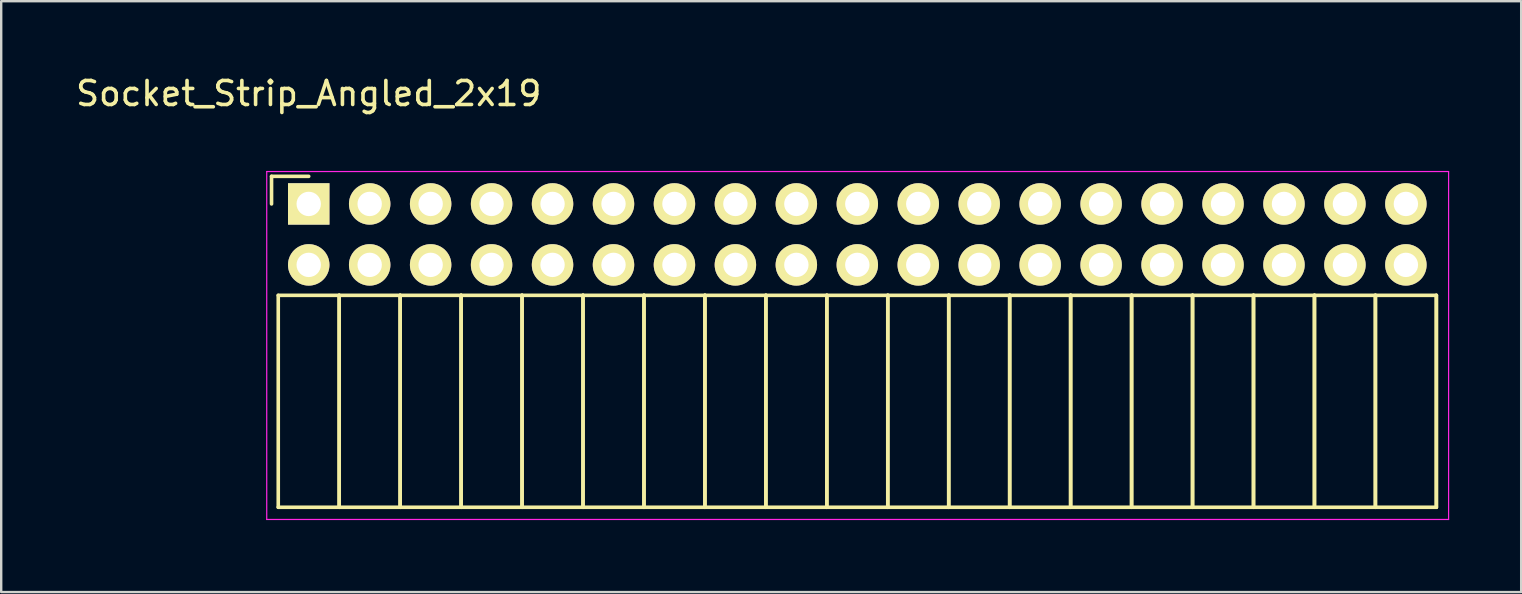
<source format=kicad_pcb>
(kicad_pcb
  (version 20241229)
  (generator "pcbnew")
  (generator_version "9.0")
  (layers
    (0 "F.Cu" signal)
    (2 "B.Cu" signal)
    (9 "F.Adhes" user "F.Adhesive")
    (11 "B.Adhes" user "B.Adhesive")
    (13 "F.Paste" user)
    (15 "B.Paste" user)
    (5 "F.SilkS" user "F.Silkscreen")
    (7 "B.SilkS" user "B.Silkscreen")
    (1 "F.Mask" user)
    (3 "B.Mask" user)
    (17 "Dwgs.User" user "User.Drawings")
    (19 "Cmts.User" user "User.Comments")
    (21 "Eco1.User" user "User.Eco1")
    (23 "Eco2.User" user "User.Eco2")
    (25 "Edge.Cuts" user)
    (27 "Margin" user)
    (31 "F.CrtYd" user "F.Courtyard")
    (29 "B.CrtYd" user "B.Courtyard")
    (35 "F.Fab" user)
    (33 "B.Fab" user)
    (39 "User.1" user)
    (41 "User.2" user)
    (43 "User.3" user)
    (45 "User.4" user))
  (footprint "Socket_Strip_Angled_2x19"
    (layer "F.Cu")
    (at 9.815 5.448)
    (property "Reference" "Socket_Strip_Angled_2x19" (at 0 -4.6 0) (layer "F.SilkS") (effects (font (size 1 1) (thickness 0.15))))
    (attr through_hole)
    (fp_line (start -1.55 -1.15) (end -1.55 0) (stroke (width 0.15) (type solid)) (layer "F.SilkS"))
    (fp_line (start -1.27 3.81) (end -1.27 12.64) (stroke (width 0.15) (type solid)) (layer "F.SilkS"))
    (fp_line (start -1.27 3.81) (end 1.27 3.81) (stroke (width 0.15) (type solid)) (layer "F.SilkS"))
    (fp_line (start -1.27 12.64) (end 1.27 12.64) (stroke (width 0.15) (type solid)) (layer "F.SilkS"))
    (fp_line (start 0 -1.15) (end -1.55 -1.15) (stroke (width 0.15) (type solid)) (layer "F.SilkS"))
    (fp_line (start 1.27 3.81) (end 1.27 12.64) (stroke (width 0.15) (type solid)) (layer "F.SilkS"))
    (fp_line (start 1.27 3.81) (end 3.81 3.81) (stroke (width 0.15) (type solid)) (layer "F.SilkS"))
    (fp_line (start 1.27 12.64) (end 1.27 3.81) (stroke (width 0.15) (type solid)) (layer "F.SilkS"))
    (fp_line (start 1.27 12.64) (end 3.81 12.64) (stroke (width 0.15) (type solid)) (layer "F.SilkS"))
    (fp_line (start 3.81 3.81) (end 3.81 12.64) (stroke (width 0.15) (type solid)) (layer "F.SilkS"))
    (fp_line (start 3.81 3.81) (end 6.35 3.81) (stroke (width 0.15) (type solid)) (layer "F.SilkS"))
    (fp_line (start 3.81 12.64) (end 3.81 3.81) (stroke (width 0.15) (type solid)) (layer "F.SilkS"))
    (fp_line (start 3.81 12.64) (end 6.35 12.64) (stroke (width 0.15) (type solid)) (layer "F.SilkS"))
    (fp_line (start 6.35 3.81) (end 6.35 12.64) (stroke (width 0.15) (type solid)) (layer "F.SilkS"))
    (fp_line (start 6.35 3.81) (end 8.89 3.81) (stroke (width 0.15) (type solid)) (layer "F.SilkS"))
    (fp_line (start 6.35 12.64) (end 6.35 3.81) (stroke (width 0.15) (type solid)) (layer "F.SilkS"))
    (fp_line (start 6.35 12.64) (end 8.89 12.64) (stroke (width 0.15) (type solid)) (layer "F.SilkS"))
    (fp_line (start 8.89 3.81) (end 8.89 12.64) (stroke (width 0.15) (type solid)) (layer "F.SilkS"))
    (fp_line (start 8.89 3.81) (end 11.43 3.81) (stroke (width 0.15) (type solid)) (layer "F.SilkS"))
    (fp_line (start 8.89 12.64) (end 8.89 3.81) (stroke (width 0.15) (type solid)) (layer "F.SilkS"))
    (fp_line (start 8.89 12.64) (end 11.43 12.64) (stroke (width 0.15) (type solid)) (layer "F.SilkS"))
    (fp_line (start 11.43 3.81) (end 11.43 12.64) (stroke (width 0.15) (type solid)) (layer "F.SilkS"))
    (fp_line (start 11.43 3.81) (end 13.97 3.81) (stroke (width 0.15) (type solid)) (layer "F.SilkS"))
    (fp_line (start 11.43 12.64) (end 11.43 3.81) (stroke (width 0.15) (type solid)) (layer "F.SilkS"))
    (fp_line (start 11.43 12.64) (end 13.97 12.64) (stroke (width 0.15) (type solid)) (layer "F.SilkS"))
    (fp_line (start 13.97 3.81) (end 13.97 12.64) (stroke (width 0.15) (type solid)) (layer "F.SilkS"))
    (fp_line (start 13.97 3.81) (end 16.51 3.81) (stroke (width 0.15) (type solid)) (layer "F.SilkS"))
    (fp_line (start 13.97 12.64) (end 13.97 3.81) (stroke (width 0.15) (type solid)) (layer "F.SilkS"))
    (fp_line (start 13.97 12.64) (end 16.51 12.64) (stroke (width 0.15) (type solid)) (layer "F.SilkS"))
    (fp_line (start 16.51 3.81) (end 16.51 12.64) (stroke (width 0.15) (type solid)) (layer "F.SilkS"))
    (fp_line (start 16.51 3.81) (end 19.05 3.81) (stroke (width 0.15) (type solid)) (layer "F.SilkS"))
    (fp_line (start 16.51 12.64) (end 16.51 3.81) (stroke (width 0.15) (type solid)) (layer "F.SilkS"))
    (fp_line (start 16.51 12.64) (end 19.05 12.64) (stroke (width 0.15) (type solid)) (layer "F.SilkS"))
    (fp_line (start 19.05 3.81) (end 19.05 12.64) (stroke (width 0.15) (type solid)) (layer "F.SilkS"))
    (fp_line (start 19.05 3.81) (end 21.59 3.81) (stroke (width 0.15) (type solid)) (layer "F.SilkS"))
    (fp_line (start 19.05 12.64) (end 19.05 3.81) (stroke (width 0.15) (type solid)) (layer "F.SilkS"))
    (fp_line (start 19.05 12.64) (end 21.59 12.64) (stroke (width 0.15) (type solid)) (layer "F.SilkS"))
    (fp_line (start 21.59 3.81) (end 21.59 12.64) (stroke (width 0.15) (type solid)) (layer "F.SilkS"))
    (fp_line (start 21.59 3.81) (end 24.13 3.81) (stroke (width 0.15) (type solid)) (layer "F.SilkS"))
    (fp_line (start 21.59 12.64) (end 21.59 3.81) (stroke (width 0.15) (type solid)) (layer "F.SilkS"))
    (fp_line (start 21.59 12.64) (end 24.13 12.64) (stroke (width 0.15) (type solid)) (layer "F.SilkS"))
    (fp_line (start 24.13 3.81) (end 24.13 12.64) (stroke (width 0.15) (type solid)) (layer "F.SilkS"))
    (fp_line (start 24.13 3.81) (end 26.67 3.81) (stroke (width 0.15) (type solid)) (layer "F.SilkS"))
    (fp_line (start 24.13 12.64) (end 24.13 3.81) (stroke (width 0.15) (type solid)) (layer "F.SilkS"))
    (fp_line (start 24.13 12.64) (end 26.67 12.64) (stroke (width 0.15) (type solid)) (layer "F.SilkS"))
    (fp_line (start 26.67 3.81) (end 26.67 12.64) (stroke (width 0.15) (type solid)) (layer "F.SilkS"))
    (fp_line (start 26.67 3.81) (end 29.21 3.81) (stroke (width 0.15) (type solid)) (layer "F.SilkS"))
    (fp_line (start 26.67 12.64) (end 26.67 3.81) (stroke (width 0.15) (type solid)) (layer "F.SilkS"))
    (fp_line (start 26.67 12.64) (end 29.21 12.64) (stroke (width 0.15) (type solid)) (layer "F.SilkS"))
    (fp_line (start 29.21 3.81) (end 29.21 12.64) (stroke (width 0.15) (type solid)) (layer "F.SilkS"))
    (fp_line (start 29.21 3.81) (end 31.75 3.81) (stroke (width 0.15) (type solid)) (layer "F.SilkS"))
    (fp_line (start 29.21 12.64) (end 29.21 3.81) (stroke (width 0.15) (type solid)) (layer "F.SilkS"))
    (fp_line (start 29.21 12.64) (end 31.75 12.64) (stroke (width 0.15) (type solid)) (layer "F.SilkS"))
    (fp_line (start 31.75 3.81) (end 31.75 12.64) (stroke (width 0.15) (type solid)) (layer "F.SilkS"))
    (fp_line (start 31.75 3.81) (end 34.29 3.81) (stroke (width 0.15) (type solid)) (layer "F.SilkS"))
    (fp_line (start 31.75 12.64) (end 31.75 3.81) (stroke (width 0.15) (type solid)) (layer "F.SilkS"))
    (fp_line (start 31.75 12.64) (end 34.29 12.64) (stroke (width 0.15) (type solid)) (layer "F.SilkS"))
    (fp_line (start 34.29 3.81) (end 34.29 12.64) (stroke (width 0.15) (type solid)) (layer "F.SilkS"))
    (fp_line (start 34.29 3.81) (end 36.83 3.81) (stroke (width 0.15) (type solid)) (layer "F.SilkS"))
    (fp_line (start 34.29 12.64) (end 34.29 3.81) (stroke (width 0.15) (type solid)) (layer "F.SilkS"))
    (fp_line (start 34.29 12.64) (end 36.83 12.64) (stroke (width 0.15) (type solid)) (layer "F.SilkS"))
    (fp_line (start 36.83 3.81) (end 36.83 12.64) (stroke (width 0.15) (type solid)) (layer "F.SilkS"))
    (fp_line (start 36.83 3.81) (end 39.37 3.81) (stroke (width 0.15) (type solid)) (layer "F.SilkS"))
    (fp_line (start 36.83 12.64) (end 36.83 3.81) (stroke (width 0.15) (type solid)) (layer "F.SilkS"))
    (fp_line (start 36.83 12.64) (end 39.37 12.64) (stroke (width 0.15) (type solid)) (layer "F.SilkS"))
    (fp_line (start 39.37 3.81) (end 39.37 12.64) (stroke (width 0.15) (type solid)) (layer "F.SilkS"))
    (fp_line (start 39.37 3.81) (end 41.91 3.81) (stroke (width 0.15) (type solid)) (layer "F.SilkS"))
    (fp_line (start 39.37 12.64) (end 39.37 3.81) (stroke (width 0.15) (type solid)) (layer "F.SilkS"))
    (fp_line (start 39.37 12.64) (end 41.91 12.64) (stroke (width 0.15) (type solid)) (layer "F.SilkS"))
    (fp_line (start 41.91 3.81) (end 41.91 12.64) (stroke (width 0.15) (type solid)) (layer "F.SilkS"))
    (fp_line (start 41.91 3.81) (end 44.45 3.81) (stroke (width 0.15) (type solid)) (layer "F.SilkS"))
    (fp_line (start 41.91 12.64) (end 41.91 3.81) (stroke (width 0.15) (type solid)) (layer "F.SilkS"))
    (fp_line (start 41.91 12.64) (end 44.45 12.64) (stroke (width 0.15) (type solid)) (layer "F.SilkS"))
    (fp_line (start 44.45 3.81) (end 44.45 12.64) (stroke (width 0.15) (type solid)) (layer "F.SilkS"))
    (fp_line (start 44.45 3.81) (end 46.99 3.81) (stroke (width 0.15) (type solid)) (layer "F.SilkS"))
    (fp_line (start 44.45 12.64) (end 44.45 3.81) (stroke (width 0.15) (type solid)) (layer "F.SilkS"))
    (fp_line (start 44.45 12.64) (end 46.99 12.64) (stroke (width 0.15) (type solid)) (layer "F.SilkS"))
    (fp_line (start 46.99 3.81) (end 46.99 12.64) (stroke (width 0.15) (type solid)) (layer "F.SilkS"))
    (fp_line (start 46.99 12.64) (end 46.99 3.81) (stroke (width 0.15) (type solid)) (layer "F.SilkS"))
    (fp_line (start -1.75 -1.35) (end -1.75 13.15) (stroke (width 0.05) (type solid)) (layer "F.CrtYd"))
    (fp_line (start -1.75 -1.35) (end 47.5 -1.35) (stroke (width 0.05) (type solid)) (layer "F.CrtYd"))
    (fp_line (start -1.75 13.15) (end 47.5 13.15) (stroke (width 0.05) (type solid)) (layer "F.CrtYd"))
    (fp_line (start 47.5 -1.35) (end 47.5 13.15) (stroke (width 0.05) (type solid)) (layer "F.CrtYd"))
    (pad "1" thru_hole rect (at 0 0) (size 1.727 1.727) (drill 1.016) (layers "*.Cu" "*.Mask" "F.SilkS"))
    (pad "2" thru_hole oval (at 0 2.54) (size 1.727 1.727) (drill 1.016) (layers "*.Cu" "*.Mask" "F.SilkS"))
    (pad "3" thru_hole oval (at 2.54 0) (size 1.727 1.727) (drill 1.016) (layers "*.Cu" "*.Mask" "F.SilkS"))
    (pad "4" thru_hole oval (at 2.54 2.54) (size 1.727 1.727) (drill 1.016) (layers "*.Cu" "*.Mask" "F.SilkS"))
    (pad "5" thru_hole oval (at 5.08 0) (size 1.727 1.727) (drill 1.016) (layers "*.Cu" "*.Mask" "F.SilkS"))
    (pad "6" thru_hole oval (at 5.08 2.54) (size 1.727 1.727) (drill 1.016) (layers "*.Cu" "*.Mask" "F.SilkS"))
    (pad "7" thru_hole oval (at 7.62 0) (size 1.727 1.727) (drill 1.016) (layers "*.Cu" "*.Mask" "F.SilkS"))
    (pad "8" thru_hole oval (at 7.62 2.54) (size 1.727 1.727) (drill 1.016) (layers "*.Cu" "*.Mask" "F.SilkS"))
    (pad "9" thru_hole oval (at 10.16 0) (size 1.727 1.727) (drill 1.016) (layers "*.Cu" "*.Mask" "F.SilkS"))
    (pad "10" thru_hole oval (at 10.16 2.54) (size 1.727 1.727) (drill 1.016) (layers "*.Cu" "*.Mask" "F.SilkS"))
    (pad "11" thru_hole oval (at 12.7 0) (size 1.727 1.727) (drill 1.016) (layers "*.Cu" "*.Mask" "F.SilkS"))
    (pad "12" thru_hole oval (at 12.7 2.54) (size 1.727 1.727) (drill 1.016) (layers "*.Cu" "*.Mask" "F.SilkS"))
    (pad "13" thru_hole oval (at 15.24 0) (size 1.727 1.727) (drill 1.016) (layers "*.Cu" "*.Mask" "F.SilkS"))
    (pad "14" thru_hole oval (at 15.24 2.54) (size 1.727 1.727) (drill 1.016) (layers "*.Cu" "*.Mask" "F.SilkS"))
    (pad "15" thru_hole oval (at 17.78 0) (size 1.727 1.727) (drill 1.016) (layers "*.Cu" "*.Mask" "F.SilkS"))
    (pad "16" thru_hole oval (at 17.78 2.54) (size 1.727 1.727) (drill 1.016) (layers "*.Cu" "*.Mask" "F.SilkS"))
    (pad "17" thru_hole oval (at 20.32 0) (size 1.727 1.727) (drill 1.016) (layers "*.Cu" "*.Mask" "F.SilkS"))
    (pad "18" thru_hole oval (at 20.32 2.54) (size 1.727 1.727) (drill 1.016) (layers "*.Cu" "*.Mask" "F.SilkS"))
    (pad "19" thru_hole oval (at 22.86 0) (size 1.727 1.727) (drill 1.016) (layers "*.Cu" "*.Mask" "F.SilkS"))
    (pad "20" thru_hole oval (at 22.86 2.54) (size 1.727 1.727) (drill 1.016) (layers "*.Cu" "*.Mask" "F.SilkS"))
    (pad "21" thru_hole oval (at 25.4 0) (size 1.727 1.727) (drill 1.016) (layers "*.Cu" "*.Mask" "F.SilkS"))
    (pad "22" thru_hole oval (at 25.4 2.54) (size 1.727 1.727) (drill 1.016) (layers "*.Cu" "*.Mask" "F.SilkS"))
    (pad "23" thru_hole oval (at 27.94 0) (size 1.727 1.727) (drill 1.016) (layers "*.Cu" "*.Mask" "F.SilkS"))
    (pad "24" thru_hole oval (at 27.94 2.54) (size 1.727 1.727) (drill 1.016) (layers "*.Cu" "*.Mask" "F.SilkS"))
    (pad "25" thru_hole oval (at 30.48 0) (size 1.727 1.727) (drill 1.016) (layers "*.Cu" "*.Mask" "F.SilkS"))
    (pad "26" thru_hole oval (at 30.48 2.54) (size 1.727 1.727) (drill 1.016) (layers "*.Cu" "*.Mask" "F.SilkS"))
    (pad "27" thru_hole oval (at 33.02 0) (size 1.727 1.727) (drill 1.016) (layers "*.Cu" "*.Mask" "F.SilkS"))
    (pad "28" thru_hole oval (at 33.02 2.54) (size 1.727 1.727) (drill 1.016) (layers "*.Cu" "*.Mask" "F.SilkS"))
    (pad "29" thru_hole oval (at 35.56 0) (size 1.727 1.727) (drill 1.016) (layers "*.Cu" "*.Mask" "F.SilkS"))
    (pad "30" thru_hole oval (at 35.56 2.54) (size 1.727 1.727) (drill 1.016) (layers "*.Cu" "*.Mask" "F.SilkS"))
    (pad "31" thru_hole oval (at 38.1 0) (size 1.727 1.727) (drill 1.016) (layers "*.Cu" "*.Mask" "F.SilkS"))
    (pad "32" thru_hole oval (at 38.1 2.54) (size 1.727 1.727) (drill 1.016) (layers "*.Cu" "*.Mask" "F.SilkS"))
    (pad "33" thru_hole oval (at 40.64 0) (size 1.727 1.727) (drill 1.016) (layers "*.Cu" "*.Mask" "F.SilkS"))
    (pad "34" thru_hole oval (at 40.64 2.54) (size 1.727 1.727) (drill 1.016) (layers "*.Cu" "*.Mask" "F.SilkS"))
    (pad "35" thru_hole oval (at 43.18 0) (size 1.727 1.727) (drill 1.016) (layers "*.Cu" "*.Mask" "F.SilkS"))
    (pad "36" thru_hole oval (at 43.18 2.54) (size 1.727 1.727) (drill 1.016) (layers "*.Cu" "*.Mask" "F.SilkS"))
    (pad "37" thru_hole oval (at 45.72 0) (size 1.727 1.727) (drill 1.016) (layers "*.Cu" "*.Mask" "F.SilkS"))
    (pad "38" thru_hole oval (at 45.72 2.54) (size 1.727 1.727) (drill 1.016) (layers "*.Cu" "*.Mask" "F.SilkS")))
  (gr_rect
    (start -3 -3)
    (end 60.34 21.623)
    (stroke (width 0.1) (type default))
    (fill no)
    (layer "Edge.Cuts")))
</source>
